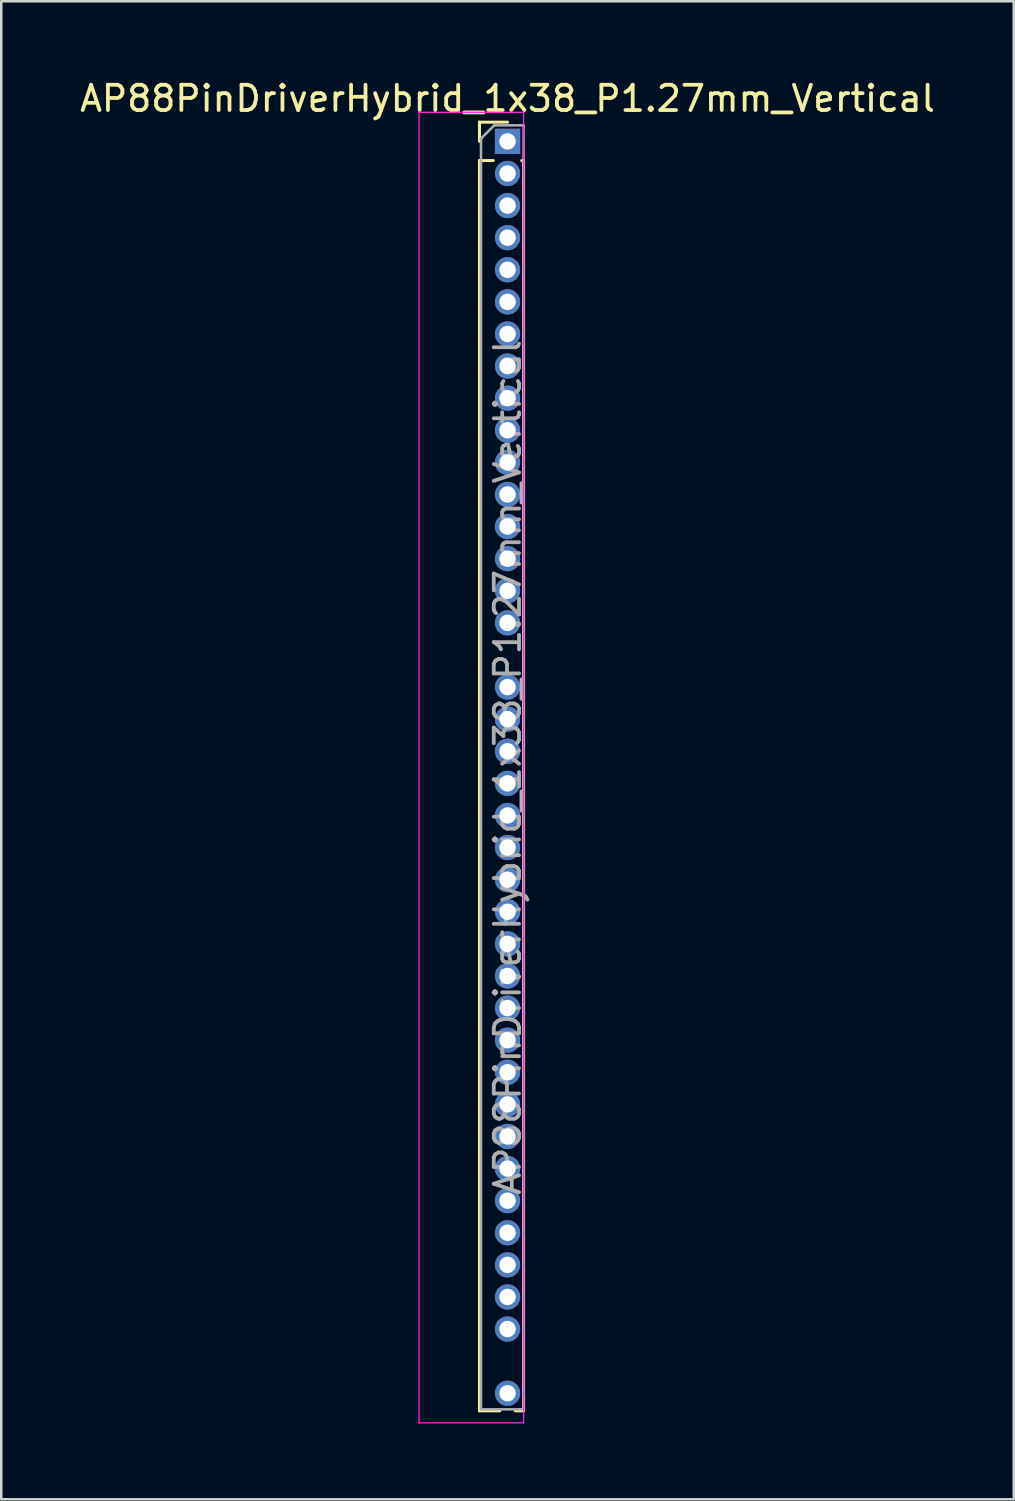
<source format=kicad_pcb>
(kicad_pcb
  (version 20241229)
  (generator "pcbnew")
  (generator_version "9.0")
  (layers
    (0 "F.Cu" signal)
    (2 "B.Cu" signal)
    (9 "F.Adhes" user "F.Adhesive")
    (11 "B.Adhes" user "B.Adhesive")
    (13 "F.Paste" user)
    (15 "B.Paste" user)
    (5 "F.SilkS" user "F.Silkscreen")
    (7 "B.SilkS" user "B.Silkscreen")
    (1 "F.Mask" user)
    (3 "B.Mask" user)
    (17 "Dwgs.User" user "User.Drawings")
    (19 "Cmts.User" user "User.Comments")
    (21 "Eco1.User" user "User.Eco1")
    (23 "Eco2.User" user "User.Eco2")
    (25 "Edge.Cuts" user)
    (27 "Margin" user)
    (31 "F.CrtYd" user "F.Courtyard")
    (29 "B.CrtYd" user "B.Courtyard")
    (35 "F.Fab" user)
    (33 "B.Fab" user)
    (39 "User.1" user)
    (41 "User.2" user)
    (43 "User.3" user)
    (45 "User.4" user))
  (footprint "AP88PinDriverHybrid_1x38_P1.27mm_Vertical"
    (layer "F.Cu")
    (at 17.03 2.543)
    (property "Reference" "AP88PinDriverHybrid_1x38_P1.27mm_Vertical" (at 0 -1.695 0) (layer "F.SilkS") (effects (font (size 1 1) (thickness 0.15))))
    (attr through_hole)
    (fp_line (start -1.11 -0.76) (end 0 -0.76) (stroke (width 0.12) (type solid)) (layer "F.SilkS"))
    (fp_line (start -1.11 0) (end -1.11 -0.76) (stroke (width 0.12) (type solid)) (layer "F.SilkS"))
    (fp_line (start -1.11 0.76) (end -1.11 50.225) (stroke (width 0.12) (type solid)) (layer "F.SilkS"))
    (fp_line (start -1.11 0.76) (end -0.563 0.76) (stroke (width 0.12) (type solid)) (layer "F.SilkS"))
    (fp_line (start -1.11 50.225) (end -0.308 50.225) (stroke (width 0.12) (type solid)) (layer "F.SilkS"))
    (fp_line (start 0.308 50.225) (end 0.635 50.225) (stroke (width 0.12) (type solid)) (layer "F.SilkS"))
    (fp_line (start 0.563 0.76) (end 0.635 0.76) (stroke (width 0.12) (type solid)) (layer "F.SilkS"))
    (fp_line (start 0.635 0.76) (end 0.635 50.225) (stroke (width 0.12) (type solid)) (layer "F.SilkS"))
    (fp_line (start -3.5 -1.15) (end -3.5 50.7) (stroke (width 0.05) (type solid)) (layer "F.CrtYd"))
    (fp_line (start -3.5 50.7) (end 0.635 50.7) (stroke (width 0.05) (type solid)) (layer "F.CrtYd"))
    (fp_line (start 0.635 -1.15) (end -3.5 -1.15) (stroke (width 0.05) (type solid)) (layer "F.CrtYd"))
    (fp_line (start 0.635 50.7) (end 0.635 -1.15) (stroke (width 0.05) (type solid)) (layer "F.CrtYd"))
    (fp_line (start -1.05 -0.11) (end -0.525 -0.635) (stroke (width 0.1) (type solid)) (layer "F.Fab"))
    (fp_line (start -1.05 50.165) (end -1.05 -0.11) (stroke (width 0.1) (type solid)) (layer "F.Fab"))
    (fp_line (start -0.525 -0.635) (end 0.635 -0.635) (stroke (width 0.1) (type solid)) (layer "F.Fab"))
    (fp_line (start 0.635 -0.635) (end 0.635 50.165) (stroke (width 0.1) (type solid)) (layer "F.Fab"))
    (fp_line (start 0.635 50.165) (end -1.05 50.165) (stroke (width 0.1) (type solid)) (layer "F.Fab"))
    (fp_text user "${REFERENCE}" (at 0 24.765 90) (layer "F.Fab") (effects (font (size 1 1) (thickness 0.15))))
    (pad "1" thru_hole rect (at 0 0) (size 1 1) (drill 0.65) (layers "*.Cu" "*.Mask"))
    (pad "2" thru_hole oval (at 0 1.27) (size 1 1) (drill 0.65) (layers "*.Cu" "*.Mask"))
    (pad "3" thru_hole oval (at 0 2.54) (size 1 1) (drill 0.65) (layers "*.Cu" "*.Mask"))
    (pad "4" thru_hole oval (at 0 3.81) (size 1 1) (drill 0.65) (layers "*.Cu" "*.Mask"))
    (pad "5" thru_hole oval (at 0 5.08) (size 1 1) (drill 0.65) (layers "*.Cu" "*.Mask"))
    (pad "6" thru_hole oval (at 0 6.35) (size 1 1) (drill 0.65) (layers "*.Cu" "*.Mask"))
    (pad "7" thru_hole oval (at 0 7.62) (size 1 1) (drill 0.65) (layers "*.Cu" "*.Mask"))
    (pad "8" thru_hole oval (at 0 8.89) (size 1 1) (drill 0.65) (layers "*.Cu" "*.Mask"))
    (pad "9" thru_hole oval (at 0 10.16) (size 1 1) (drill 0.65) (layers "*.Cu" "*.Mask"))
    (pad "10" thru_hole oval (at 0 11.43) (size 1 1) (drill 0.65) (layers "*.Cu" "*.Mask"))
    (pad "11" thru_hole oval (at 0 12.7) (size 1 1) (drill 0.65) (layers "*.Cu" "*.Mask"))
    (pad "12" thru_hole oval (at 0 13.97) (size 1 1) (drill 0.65) (layers "*.Cu" "*.Mask"))
    (pad "13" thru_hole oval (at 0 15.24) (size 1 1) (drill 0.65) (layers "*.Cu" "*.Mask"))
    (pad "14" thru_hole oval (at 0 16.51) (size 1 1) (drill 0.65) (layers "*.Cu" "*.Mask"))
    (pad "15" thru_hole oval (at 0 17.78) (size 1 1) (drill 0.65) (layers "*.Cu" "*.Mask"))
    (pad "16" thru_hole oval (at 0 19.05) (size 1 1) (drill 0.65) (layers "*.Cu" "*.Mask"))
    (pad "17" thru_hole oval (at 0 21.59) (size 1 1) (drill 0.65) (layers "*.Cu" "*.Mask"))
    (pad "18" thru_hole oval (at 0 22.86) (size 1 1) (drill 0.65) (layers "*.Cu" "*.Mask"))
    (pad "19" thru_hole oval (at 0 24.13) (size 1 1) (drill 0.65) (layers "*.Cu" "*.Mask"))
    (pad "20" thru_hole oval (at 0 25.4) (size 1 1) (drill 0.65) (layers "*.Cu" "*.Mask"))
    (pad "21" thru_hole oval (at 0 26.67) (size 1 1) (drill 0.65) (layers "*.Cu" "*.Mask"))
    (pad "22" thru_hole oval (at 0 27.94) (size 1 1) (drill 0.65) (layers "*.Cu" "*.Mask"))
    (pad "23" thru_hole oval (at 0 29.21) (size 1 1) (drill 0.65) (layers "*.Cu" "*.Mask"))
    (pad "24" thru_hole oval (at 0 30.48) (size 1 1) (drill 0.65) (layers "*.Cu" "*.Mask"))
    (pad "25" thru_hole oval (at 0 31.75) (size 1 1) (drill 0.65) (layers "*.Cu" "*.Mask"))
    (pad "26" thru_hole oval (at 0 33.02) (size 1 1) (drill 0.65) (layers "*.Cu" "*.Mask"))
    (pad "27" thru_hole oval (at 0 34.29) (size 1 1) (drill 0.65) (layers "*.Cu" "*.Mask"))
    (pad "28" thru_hole oval (at 0 35.56) (size 1 1) (drill 0.65) (layers "*.Cu" "*.Mask"))
    (pad "29" thru_hole oval (at 0 36.83) (size 1 1) (drill 0.65) (layers "*.Cu" "*.Mask"))
    (pad "30" thru_hole oval (at 0 38.1) (size 1 1) (drill 0.65) (layers "*.Cu" "*.Mask"))
    (pad "31" thru_hole oval (at 0 39.37) (size 1 1) (drill 0.65) (layers "*.Cu" "*.Mask"))
    (pad "32" thru_hole oval (at 0 40.64) (size 1 1) (drill 0.65) (layers "*.Cu" "*.Mask"))
    (pad "33" thru_hole oval (at 0 41.91) (size 1 1) (drill 0.65) (layers "*.Cu" "*.Mask"))
    (pad "34" thru_hole oval (at 0 43.18) (size 1 1) (drill 0.65) (layers "*.Cu" "*.Mask"))
    (pad "35" thru_hole oval (at 0 44.45) (size 1 1) (drill 0.65) (layers "*.Cu" "*.Mask"))
    (pad "36" thru_hole oval (at 0 45.72) (size 1 1) (drill 0.65) (layers "*.Cu" "*.Mask"))
    (pad "37" thru_hole oval (at 0 46.99) (size 1 1) (drill 0.65) (layers "*.Cu" "*.Mask"))
    (pad "38" thru_hole oval (at 0 49.53) (size 1 1) (drill 0.65) (layers "*.Cu" "*.Mask")))
  (gr_rect
    (start -3 -3)
    (end 37.06 56.268)
    (stroke (width 0.1) (type default))
    (fill no)
    (layer "Edge.Cuts")))
</source>
